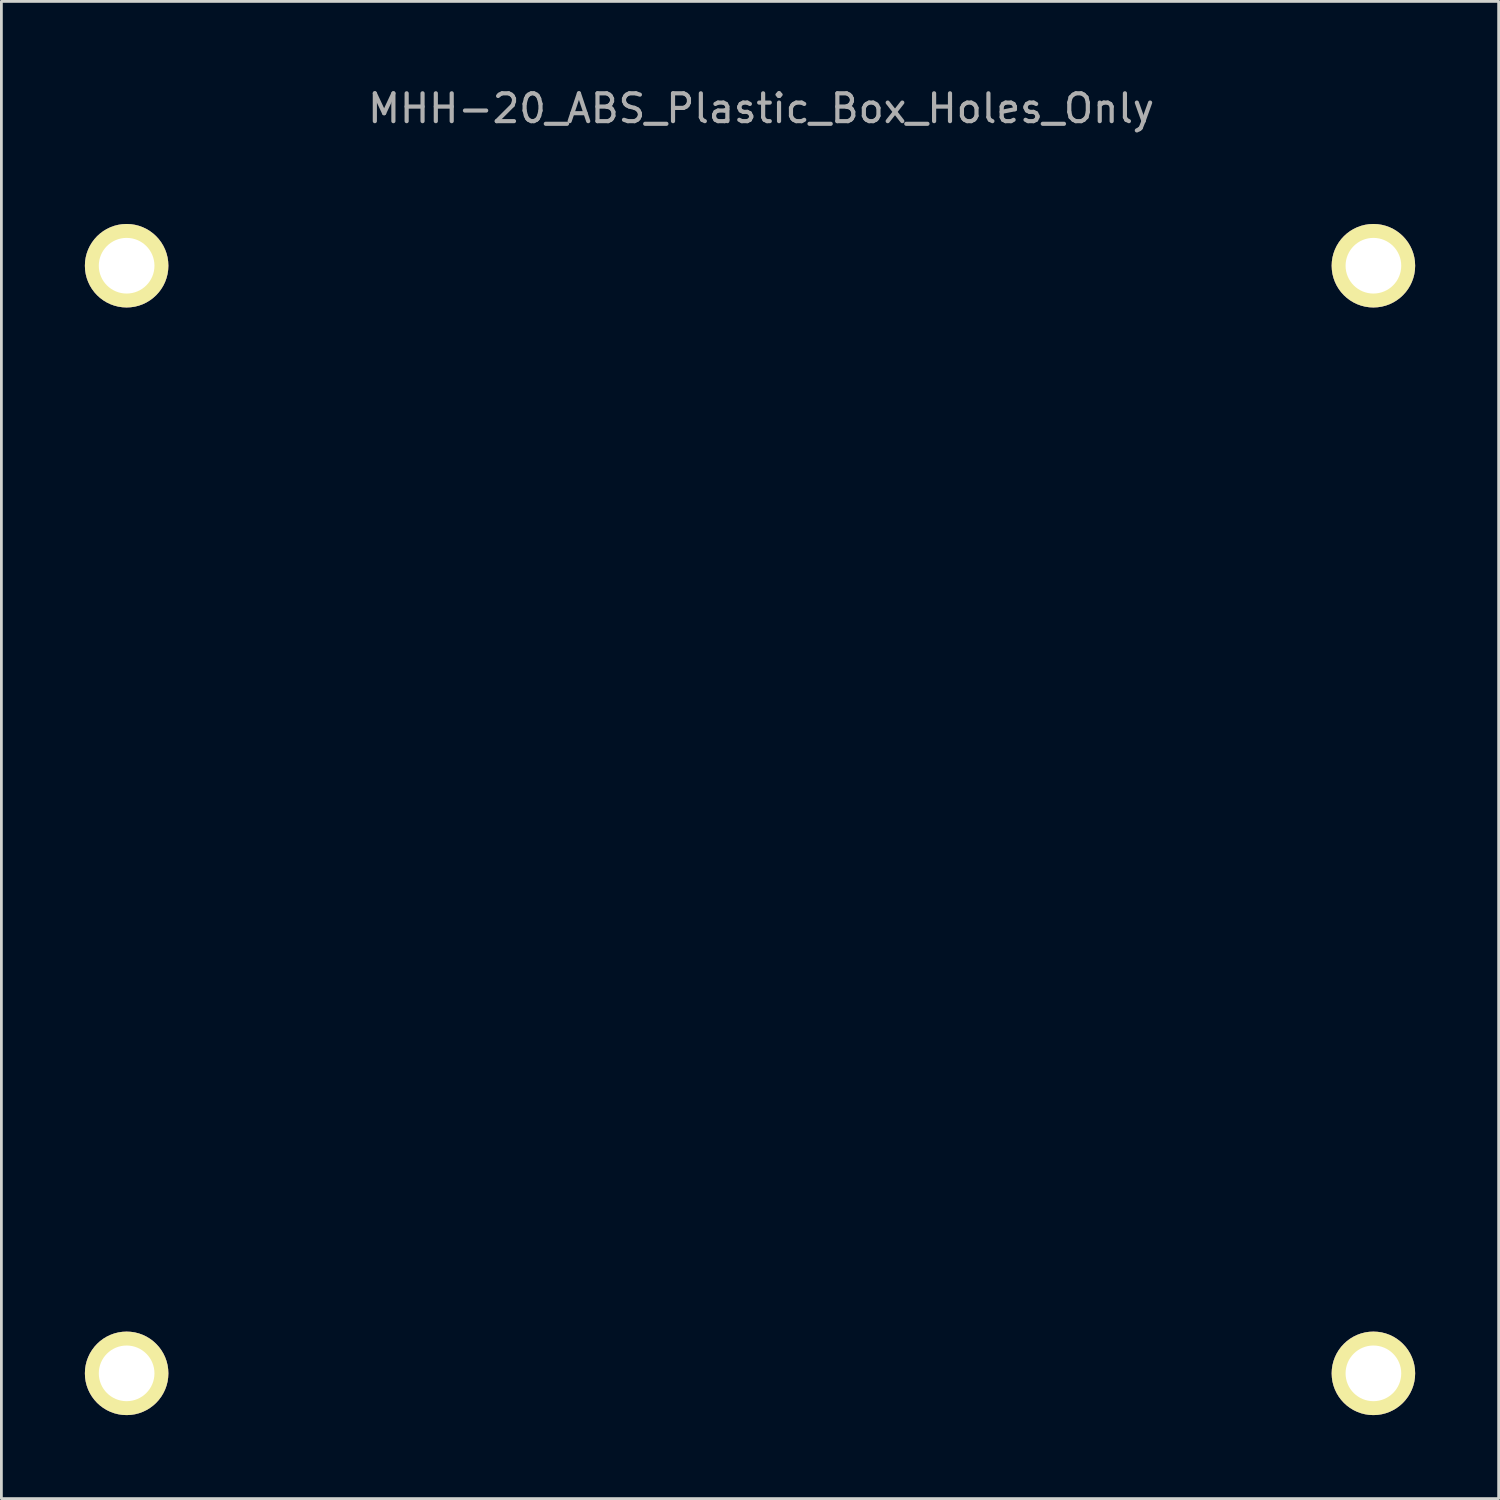
<source format=kicad_pcb>
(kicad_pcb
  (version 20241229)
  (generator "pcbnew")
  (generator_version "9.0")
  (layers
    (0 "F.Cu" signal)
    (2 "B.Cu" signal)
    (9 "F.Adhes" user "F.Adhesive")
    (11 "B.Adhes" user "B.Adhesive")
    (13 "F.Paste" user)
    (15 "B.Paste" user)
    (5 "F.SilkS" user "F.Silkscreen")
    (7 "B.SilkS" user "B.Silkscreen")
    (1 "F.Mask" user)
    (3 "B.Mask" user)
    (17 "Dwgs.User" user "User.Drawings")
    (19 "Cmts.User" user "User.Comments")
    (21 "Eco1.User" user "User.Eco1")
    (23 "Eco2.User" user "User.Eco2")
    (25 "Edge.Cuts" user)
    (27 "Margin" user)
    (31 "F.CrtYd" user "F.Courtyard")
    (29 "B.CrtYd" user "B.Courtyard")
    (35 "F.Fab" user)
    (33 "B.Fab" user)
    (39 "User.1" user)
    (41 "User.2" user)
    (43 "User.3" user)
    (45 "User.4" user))
  (footprint "MHH-20_ABS_Plastic_Box_Holes_Only"
    (layer "F.Cu")
    (at 24.3 25.848)
    (property "Reference" "MHH-20_ABS_Plastic_Box_Holes_Only" (at 0 -25 0) (layer "F.Fab") (effects (font (size 1 1) (thickness 0.15))))
    (attr through_hole)
    (pad "" np_thru_hole circle (at -22.8 -19.35) (size 3 3) (drill 2) (layers "*.Cu" "*.Mask" "F.SilkS"))
    (pad "" np_thru_hole circle (at -22.8 20.45) (size 3 3) (drill 2) (layers "*.Cu" "*.Mask" "F.SilkS"))
    (pad "" np_thru_hole circle (at 22 -19.35) (size 3 3) (drill 2) (layers "*.Cu" "*.Mask" "F.SilkS"))
    (pad "" np_thru_hole circle (at 22 20.45) (size 3 3) (drill 2) (layers "*.Cu" "*.Mask" "F.SilkS")))
  (gr_rect
    (start -3 -3)
    (end 50.8 50.798)
    (stroke (width 0.1) (type default))
    (fill no)
    (layer "Edge.Cuts")))
</source>
